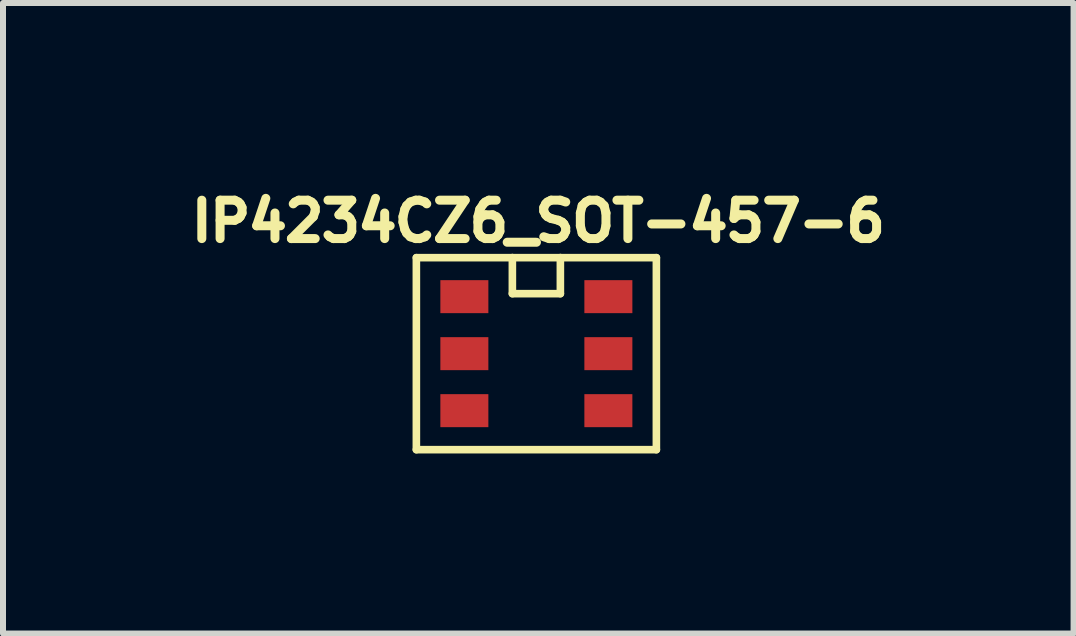
<source format=kicad_pcb>
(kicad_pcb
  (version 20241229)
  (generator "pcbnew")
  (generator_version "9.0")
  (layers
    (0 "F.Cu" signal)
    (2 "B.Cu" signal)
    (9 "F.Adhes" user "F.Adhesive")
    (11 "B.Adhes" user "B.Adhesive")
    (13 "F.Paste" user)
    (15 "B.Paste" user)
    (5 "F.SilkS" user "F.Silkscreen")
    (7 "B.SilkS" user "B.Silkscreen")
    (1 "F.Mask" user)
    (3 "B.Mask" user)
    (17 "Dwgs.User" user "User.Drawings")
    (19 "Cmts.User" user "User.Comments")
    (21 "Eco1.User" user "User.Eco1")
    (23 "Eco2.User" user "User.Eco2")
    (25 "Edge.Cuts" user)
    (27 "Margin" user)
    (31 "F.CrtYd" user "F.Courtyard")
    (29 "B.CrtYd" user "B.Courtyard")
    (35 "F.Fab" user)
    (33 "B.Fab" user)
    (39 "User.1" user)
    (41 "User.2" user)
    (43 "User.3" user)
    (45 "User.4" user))
  (footprint "IP4234CZ6_SOT-457-6"
    (layer "F.Cu")
    (at 5.889 2.844)
    (property "Reference" "IP4234CZ6_SOT-457-6" (at 0.032 -2.206 0) (layer "F.SilkS") (effects (font (size 0.64 0.64) (thickness 0.15))))
    (attr smd)
    (fp_line (start -2 -1.6) (end -0.4 -1.6) (stroke (width 0.127) (type solid)) (layer "F.SilkS"))
    (fp_line (start -2 1.6) (end -2 -1.6) (stroke (width 0.127) (type solid)) (layer "F.SilkS"))
    (fp_line (start -0.4 -1.6) (end -0.4 -1) (stroke (width 0.127) (type solid)) (layer "F.SilkS"))
    (fp_line (start -0.4 -1.6) (end 0.4 -1.6) (stroke (width 0.127) (type solid)) (layer "F.SilkS"))
    (fp_line (start -0.4 -1) (end 0.4 -1) (stroke (width 0.127) (type solid)) (layer "F.SilkS"))
    (fp_line (start 0.4 -1.6) (end 2 -1.6) (stroke (width 0.127) (type solid)) (layer "F.SilkS"))
    (fp_line (start 0.4 -1) (end 0.4 -1.6) (stroke (width 0.127) (type solid)) (layer "F.SilkS"))
    (fp_line (start 2 -1.6) (end 2 1.6) (stroke (width 0.127) (type solid)) (layer "F.SilkS"))
    (fp_line (start 2 1.6) (end -2 1.6) (stroke (width 0.127) (type solid)) (layer "F.SilkS"))
    (pad "1" smd rect (at -1.2 -0.95) (size 0.8 0.55) (layers "F.Cu" "F.Mask" "F.Paste"))
    (pad "2" smd rect (at -1.2 0) (size 0.8 0.55) (layers "F.Cu" "F.Mask" "F.Paste"))
    (pad "3" smd rect (at -1.2 0.95) (size 0.8 0.55) (layers "F.Cu" "F.Mask" "F.Paste"))
    (pad "4" smd rect (at 1.2 0.95) (size 0.8 0.55) (layers "F.Cu" "F.Mask" "F.Paste"))
    (pad "5" smd rect (at 1.2 0) (size 0.8 0.55) (layers "F.Cu" "F.Mask" "F.Paste"))
    (pad "6" smd rect (at 1.2 -0.95) (size 0.8 0.55) (layers "F.Cu" "F.Mask" "F.Paste")))
  (gr_rect
    (start -3 -3)
    (end 14.842 7.508)
    (stroke (width 0.1) (type default))
    (fill no)
    (layer "Edge.Cuts")))
</source>
